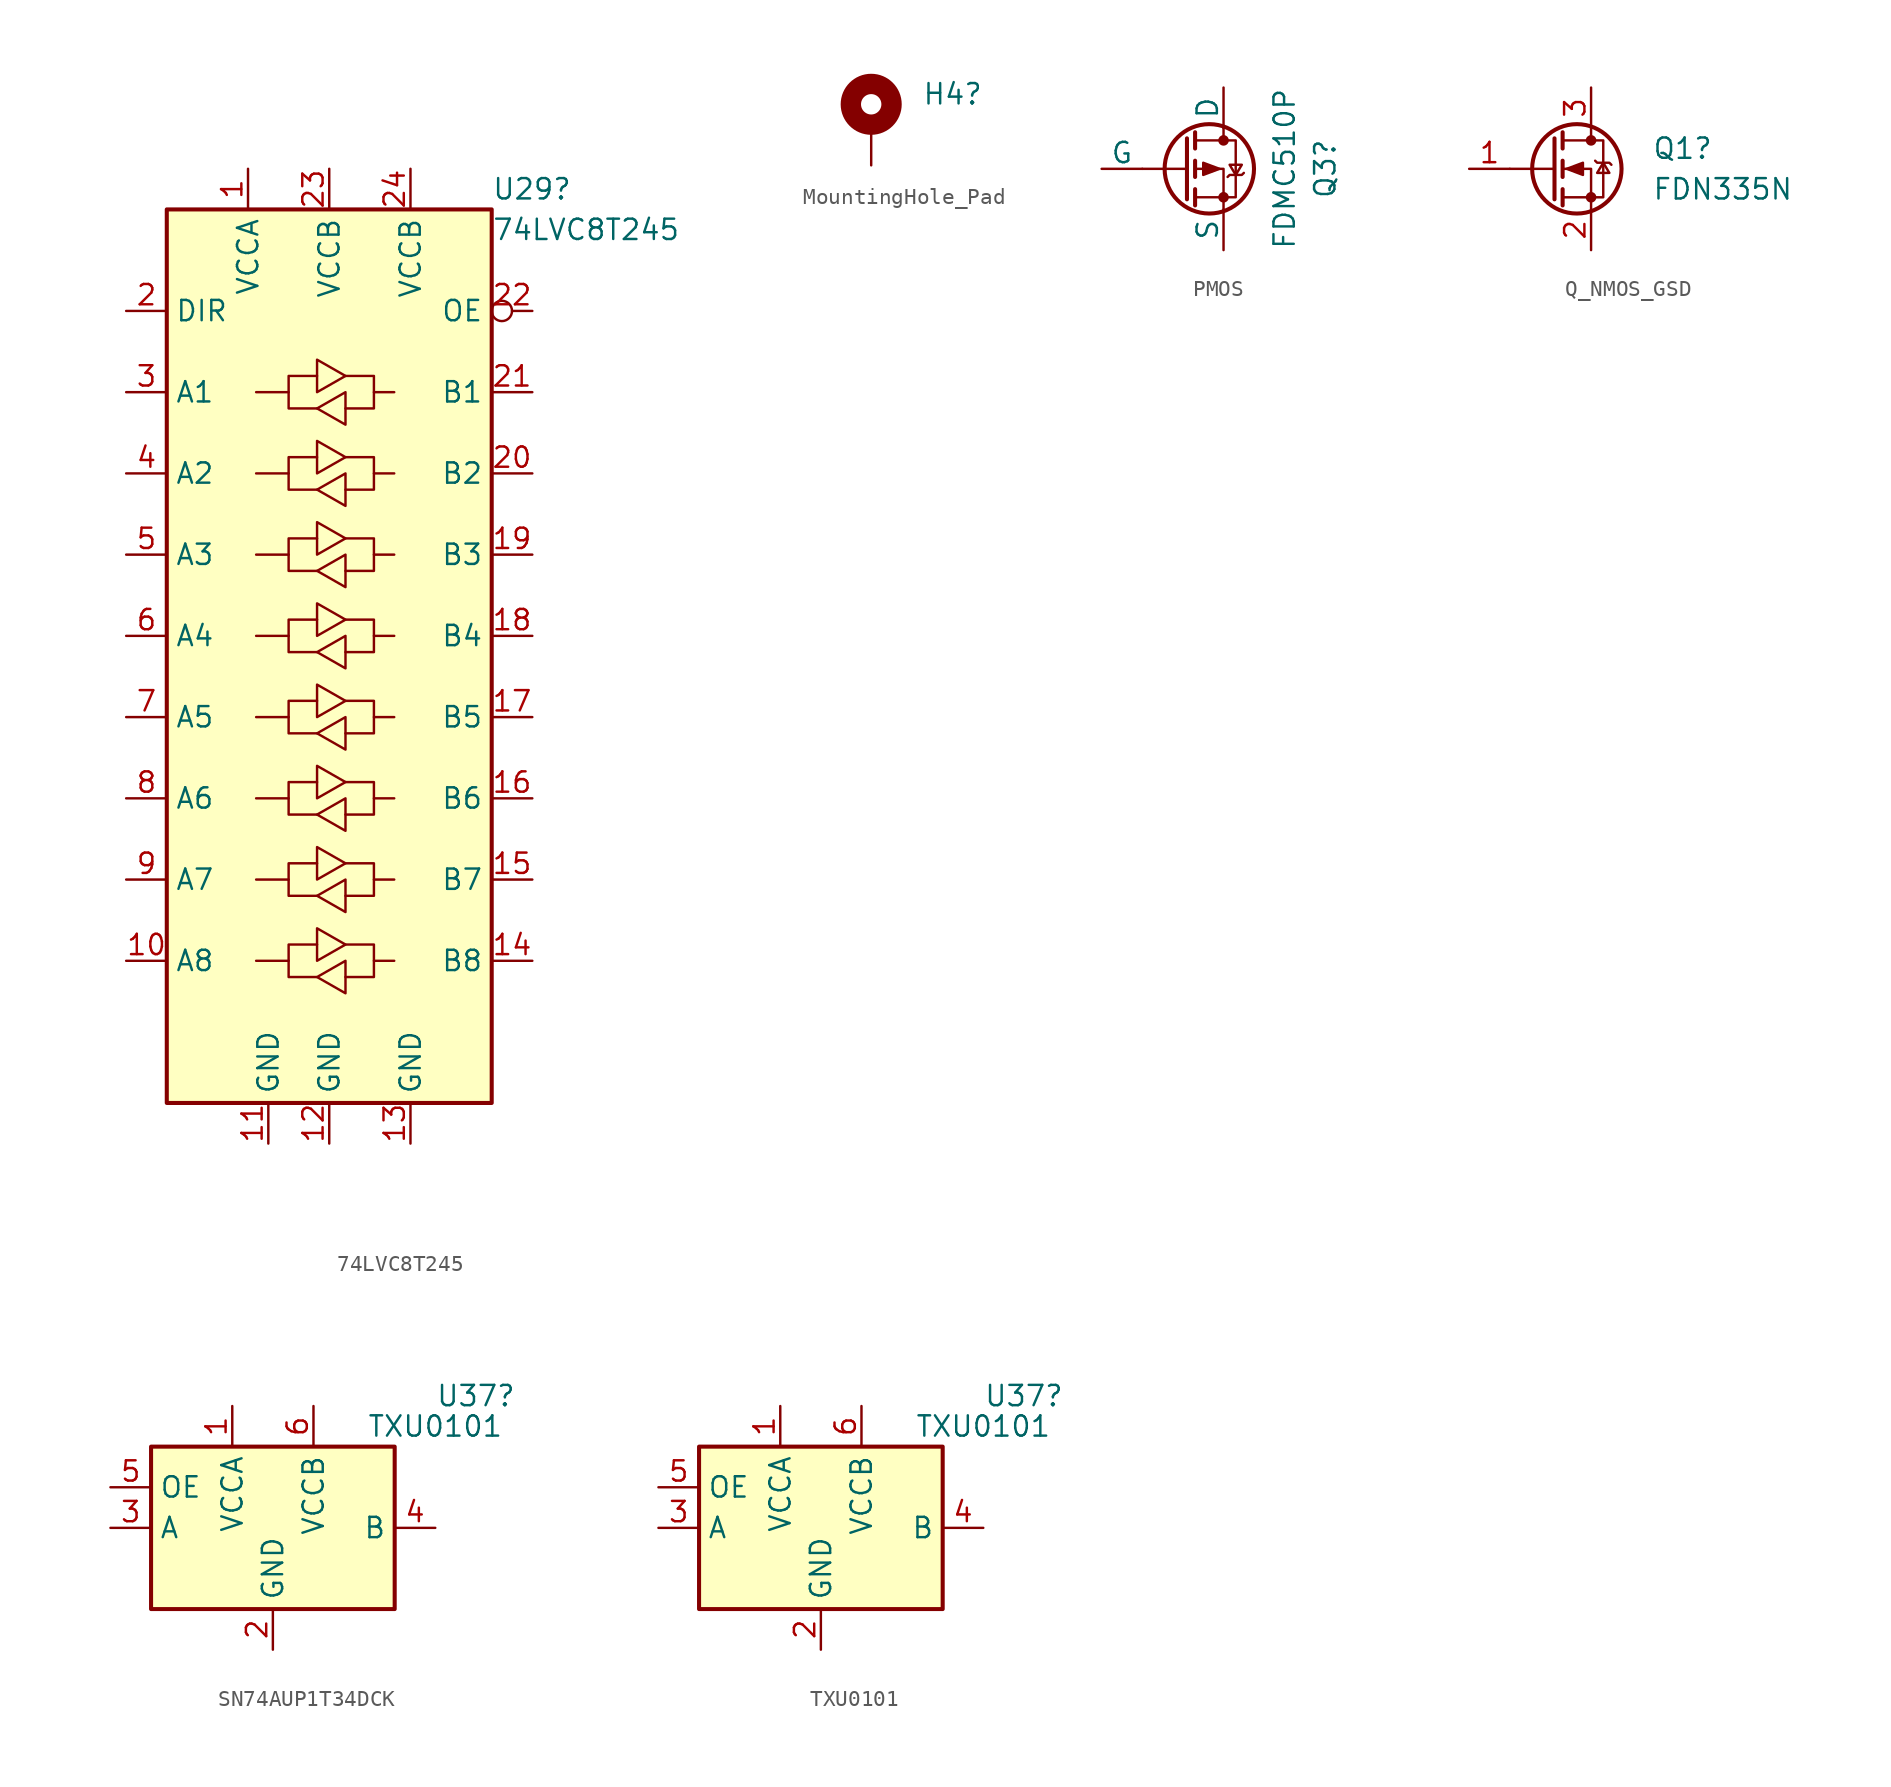
<source format=kicad_sym>
(kicad_symbol_lib
  (version 20241209)
  (generator "kicad_symbol_editor")
  (generator_version "9.0")
  (symbol "74LVC8T245"
    (property "Reference" "U29"
      (at 20.32 -5.08 0)
      (effects (font (size 1.27 1.27)) (justify left)))
    (property "Value" "74LVC8T245"
      (at 20.32 -7.62 0)
      (effects (font (size 1.27 1.27)) (justify left)))
    (symbol "74LVC8T245_0_1"
      (rectangle (start 0 -6.35) (end 20.32 -62.23) (stroke (width 0.254) (type default)) (fill (type background)))
      (polyline (pts (xy 7.62 -17.78) (xy 7.62 -16.764) (xy 9.398 -16.764)) (stroke (width 0) (type default)) (fill (type none)))
      (polyline (pts (xy 7.62 -27.94) (xy 7.62 -26.924) (xy 9.398 -26.924)) (stroke (width 0) (type default)) (fill (type none)))
      (polyline (pts (xy 7.62 -38.1) (xy 7.62 -37.084) (xy 9.398 -37.084)) (stroke (width 0) (type default)) (fill (type none)))
      (polyline (pts (xy 7.62 -48.26) (xy 7.62 -47.244) (xy 9.398 -47.244)) (stroke (width 0) (type default)) (fill (type none)))
      (polyline (pts (xy 9.398 -17.78) (xy 9.398 -15.748) (xy 11.176 -16.764) (xy 9.398 -17.78)) (stroke (width 0) (type default)) (fill (type none)))
      (polyline (pts (xy 9.398 -18.796) (xy 7.62 -18.796) (xy 7.62 -17.78) (xy 5.588 -17.78)) (stroke (width 0) (type default)) (fill (type none)))
      (polyline (pts (xy 9.398 -27.94) (xy 9.398 -25.908) (xy 11.176 -26.924) (xy 9.398 -27.94)) (stroke (width 0) (type default)) (fill (type none)))
      (polyline (pts (xy 9.398 -28.956) (xy 7.62 -28.956) (xy 7.62 -27.94) (xy 5.588 -27.94)) (stroke (width 0) (type default)) (fill (type none)))
      (polyline (pts (xy 9.398 -38.1) (xy 9.398 -36.068) (xy 11.176 -37.084) (xy 9.398 -38.1)) (stroke (width 0) (type default)) (fill (type none)))
      (polyline (pts (xy 9.398 -39.116) (xy 7.62 -39.116) (xy 7.62 -38.1) (xy 5.588 -38.1)) (stroke (width 0) (type default)) (fill (type none)))
      (polyline (pts (xy 9.398 -48.26) (xy 9.398 -46.228) (xy 11.176 -47.244) (xy 9.398 -48.26)) (stroke (width 0) (type default)) (fill (type none)))
      (polyline (pts (xy 9.398 -49.276) (xy 7.62 -49.276) (xy 7.62 -48.26) (xy 5.588 -48.26)) (stroke (width 0) (type default)) (fill (type none)))
      (polyline (pts (xy 11.176 -16.764) (xy 12.954 -16.764) (xy 12.954 -17.78) (xy 14.224 -17.78)) (stroke (width 0) (type default)) (fill (type none)))
      (polyline (pts (xy 11.176 -17.78) (xy 11.176 -19.558) (xy 11.176 -19.812) (xy 9.398 -18.796) (xy 11.176 -17.78)) (stroke (width 0) (type default)) (fill (type none)))
      (polyline (pts (xy 11.176 -26.924) (xy 12.954 -26.924) (xy 12.954 -27.94) (xy 14.224 -27.94)) (stroke (width 0) (type default)) (fill (type none)))
      (polyline (pts (xy 11.176 -27.94) (xy 11.176 -29.718) (xy 11.176 -29.972) (xy 9.398 -28.956) (xy 11.176 -27.94)) (stroke (width 0) (type default)) (fill (type none)))
      (polyline (pts (xy 11.176 -37.084) (xy 12.954 -37.084) (xy 12.954 -38.1) (xy 14.224 -38.1)) (stroke (width 0) (type default)) (fill (type none)))
      (polyline (pts (xy 11.176 -38.1) (xy 11.176 -39.878) (xy 11.176 -40.132) (xy 9.398 -39.116) (xy 11.176 -38.1)) (stroke (width 0) (type default)) (fill (type none)))
      (polyline (pts (xy 11.176 -47.244) (xy 12.954 -47.244) (xy 12.954 -48.26) (xy 14.224 -48.26)) (stroke (width 0) (type default)) (fill (type none)))
      (polyline (pts (xy 11.176 -48.26) (xy 11.176 -50.038) (xy 11.176 -50.292) (xy 9.398 -49.276) (xy 11.176 -48.26)) (stroke (width 0) (type default)) (fill (type none)))
      (polyline (pts (xy 12.954 -17.78) (xy 12.954 -18.796) (xy 11.176 -18.796)) (stroke (width 0) (type default)) (fill (type none)))
      (polyline (pts (xy 12.954 -27.94) (xy 12.954 -28.956) (xy 11.176 -28.956)) (stroke (width 0) (type default)) (fill (type none)))
      (polyline (pts (xy 12.954 -38.1) (xy 12.954 -39.116) (xy 11.176 -39.116)) (stroke (width 0) (type default)) (fill (type none)))
      (polyline (pts (xy 12.954 -48.26) (xy 12.954 -49.276) (xy 11.176 -49.276)) (stroke (width 0) (type default)) (fill (type none))))
    (symbol "74LVC8T245_1_1"
      (polyline (pts (xy 7.62 -22.86) (xy 7.62 -21.844) (xy 9.398 -21.844)) (stroke (width 0) (type default)) (fill (type none)))
      (polyline (pts (xy 7.62 -33.02) (xy 7.62 -32.004) (xy 9.398 -32.004)) (stroke (width 0) (type default)) (fill (type none)))
      (polyline (pts (xy 7.62 -43.18) (xy 7.62 -42.164) (xy 9.398 -42.164)) (stroke (width 0) (type default)) (fill (type none)))
      (polyline (pts (xy 7.62 -53.34) (xy 7.62 -52.324) (xy 9.398 -52.324)) (stroke (width 0) (type default)) (fill (type none)))
      (polyline (pts (xy 9.398 -22.86) (xy 9.398 -20.828) (xy 11.176 -21.844) (xy 9.398 -22.86)) (stroke (width 0) (type default)) (fill (type none)))
      (polyline (pts (xy 9.398 -23.876) (xy 7.62 -23.876) (xy 7.62 -22.86) (xy 5.588 -22.86)) (stroke (width 0) (type default)) (fill (type none)))
      (polyline (pts (xy 9.398 -33.02) (xy 9.398 -30.988) (xy 11.176 -32.004) (xy 9.398 -33.02)) (stroke (width 0) (type default)) (fill (type none)))
      (polyline (pts (xy 9.398 -34.036) (xy 7.62 -34.036) (xy 7.62 -33.02) (xy 5.588 -33.02)) (stroke (width 0) (type default)) (fill (type none)))
      (polyline (pts (xy 9.398 -43.18) (xy 9.398 -41.148) (xy 11.176 -42.164) (xy 9.398 -43.18)) (stroke (width 0) (type default)) (fill (type none)))
      (polyline (pts (xy 9.398 -44.196) (xy 7.62 -44.196) (xy 7.62 -43.18) (xy 5.588 -43.18)) (stroke (width 0) (type default)) (fill (type none)))
      (polyline (pts (xy 9.398 -53.34) (xy 9.398 -51.308) (xy 11.176 -52.324) (xy 9.398 -53.34)) (stroke (width 0) (type default)) (fill (type none)))
      (polyline (pts (xy 9.398 -54.356) (xy 7.62 -54.356) (xy 7.62 -53.34) (xy 5.588 -53.34)) (stroke (width 0) (type default)) (fill (type none)))
      (polyline (pts (xy 11.176 -21.844) (xy 12.954 -21.844) (xy 12.954 -22.86) (xy 14.224 -22.86)) (stroke (width 0) (type default)) (fill (type none)))
      (polyline (pts (xy 11.176 -22.86) (xy 11.176 -24.638) (xy 11.176 -24.892) (xy 9.398 -23.876) (xy 11.176 -22.86)) (stroke (width 0) (type default)) (fill (type none)))
      (polyline (pts (xy 11.176 -32.004) (xy 12.954 -32.004) (xy 12.954 -33.02) (xy 14.224 -33.02)) (stroke (width 0) (type default)) (fill (type none)))
      (polyline (pts (xy 11.176 -33.02) (xy 11.176 -34.798) (xy 11.176 -35.052) (xy 9.398 -34.036) (xy 11.176 -33.02)) (stroke (width 0) (type default)) (fill (type none)))
      (polyline (pts (xy 11.176 -42.164) (xy 12.954 -42.164) (xy 12.954 -43.18) (xy 14.224 -43.18)) (stroke (width 0) (type default)) (fill (type none)))
      (polyline (pts (xy 11.176 -43.18) (xy 11.176 -44.958) (xy 11.176 -45.212) (xy 9.398 -44.196) (xy 11.176 -43.18)) (stroke (width 0) (type default)) (fill (type none)))
      (polyline (pts (xy 11.176 -52.324) (xy 12.954 -52.324) (xy 12.954 -53.34) (xy 14.224 -53.34)) (stroke (width 0) (type default)) (fill (type none)))
      (polyline (pts (xy 11.176 -53.34) (xy 11.176 -55.118) (xy 11.176 -55.372) (xy 9.398 -54.356) (xy 11.176 -53.34)) (stroke (width 0) (type default)) (fill (type none)))
      (polyline (pts (xy 12.954 -22.86) (xy 12.954 -23.876) (xy 11.176 -23.876)) (stroke (width 0) (type default)) (fill (type none)))
      (polyline (pts (xy 12.954 -33.02) (xy 12.954 -34.036) (xy 11.176 -34.036)) (stroke (width 0) (type default)) (fill (type none)))
      (polyline (pts (xy 12.954 -43.18) (xy 12.954 -44.196) (xy 11.176 -44.196)) (stroke (width 0) (type default)) (fill (type none)))
      (polyline (pts (xy 12.954 -53.34) (xy 12.954 -54.356) (xy 11.176 -54.356)) (stroke (width 0) (type default)) (fill (type none)))
      (pin passive line (at -2.54 -12.7 0) (length 2.54) (name "DIR" (effects (font (size 1.27 1.27)))) (number "2" (effects (font (size 1.27 1.27)))))
      (pin bidirectional line (at -2.54 -17.78 0) (length 2.54) (name "A1" (effects (font (size 1.27 1.27)))) (number "3" (effects (font (size 1.27 1.27)))))
      (pin bidirectional line (at -2.54 -22.86 0) (length 2.54) (name "A2" (effects (font (size 1.27 1.27)))) (number "4" (effects (font (size 1.27 1.27)))))
      (pin bidirectional line (at -2.54 -27.94 0) (length 2.54) (name "A3" (effects (font (size 1.27 1.27)))) (number "5" (effects (font (size 1.27 1.27)))))
      (pin bidirectional line (at -2.54 -33.02 0) (length 2.54) (name "A4" (effects (font (size 1.27 1.27)))) (number "6" (effects (font (size 1.27 1.27)))))
      (pin bidirectional line (at -2.54 -38.1 0) (length 2.54) (name "A5" (effects (font (size 1.27 1.27)))) (number "7" (effects (font (size 1.27 1.27)))))
      (pin bidirectional line (at -2.54 -43.18 0) (length 2.54) (name "A6" (effects (font (size 1.27 1.27)))) (number "8" (effects (font (size 1.27 1.27)))))
      (pin bidirectional line (at -2.54 -48.26 0) (length 2.54) (name "A7" (effects (font (size 1.27 1.27)))) (number "9" (effects (font (size 1.27 1.27)))))
      (pin bidirectional line (at -2.54 -53.34 0) (length 2.54) (name "A8" (effects (font (size 1.27 1.27)))) (number "10" (effects (font (size 1.27 1.27)))))
      (pin power_in line (at 5.08 -3.81 270) (length 2.54) (name "VCCA" (effects (font (size 1.27 1.27)))) (number "1" (effects (font (size 1.27 1.27)))))
      (pin power_in line (at 6.35 -64.77 90) (length 2.54) (name "GND" (effects (font (size 1.27 1.27)))) (number "11" (effects (font (size 1.27 1.27)))))
      (pin power_in line (at 10.16 -3.81 270) (length 2.54) (name "VCCB" (effects (font (size 1.27 1.27)))) (number "23" (effects (font (size 1.27 1.27)))))
      (pin power_in line (at 10.16 -64.77 90) (length 2.54) (name "GND" (effects (font (size 1.27 1.27)))) (number "12" (effects (font (size 1.27 1.27)))))
      (pin power_in line (at 15.24 -3.81 270) (length 2.54) (name "VCCB" (effects (font (size 1.27 1.27)))) (number "24" (effects (font (size 1.27 1.27)))))
      (pin power_in line (at 15.24 -64.77 90) (length 2.54) (name "GND" (effects (font (size 1.27 1.27)))) (number "13" (effects (font (size 1.27 1.27)))))
      (pin passive inverted (at 22.86 -12.7 180) (length 2.54) (name "OE" (effects (font (size 1.27 1.27)))) (number "22" (effects (font (size 1.27 1.27)))))
      (pin bidirectional line (at 22.86 -17.78 180) (length 2.54) (name "B1" (effects (font (size 1.27 1.27)))) (number "21" (effects (font (size 1.27 1.27)))))
      (pin bidirectional line (at 22.86 -22.86 180) (length 2.54) (name "B2" (effects (font (size 1.27 1.27)))) (number "20" (effects (font (size 1.27 1.27)))))
      (pin bidirectional line (at 22.86 -27.94 180) (length 2.54) (name "B3" (effects (font (size 1.27 1.27)))) (number "19" (effects (font (size 1.27 1.27)))))
      (pin bidirectional line (at 22.86 -33.02 180) (length 2.54) (name "B4" (effects (font (size 1.27 1.27)))) (number "18" (effects (font (size 1.27 1.27)))))
      (pin bidirectional line (at 22.86 -38.1 180) (length 2.54) (name "B5" (effects (font (size 1.27 1.27)))) (number "17" (effects (font (size 1.27 1.27)))))
      (pin bidirectional line (at 22.86 -43.18 180) (length 2.54) (name "B6" (effects (font (size 1.27 1.27)))) (number "16" (effects (font (size 1.27 1.27)))))
      (pin bidirectional line (at 22.86 -48.26 180) (length 2.54) (name "B7" (effects (font (size 1.27 1.27)))) (number "15" (effects (font (size 1.27 1.27)))))
      (pin bidirectional line (at 22.86 -53.34 180) (length 2.54) (name "B8" (effects (font (size 1.27 1.27)))) (number "14" (effects (font (size 1.27 1.27)))))))
  (symbol "MountingHole_Pad"
    (pin_numbers
      (hide yes))
    (pin_names
      (offset 1.016)
      (hide yes))
    (property "Reference" "H4"
      (at 3.175 1.905 0)
      (effects (font (size 1.27 1.27)) (justify left)))
    (symbol "MountingHole_Pad_0_1"
      (circle (center 0 1.27) (radius 1.27) (stroke (width 1.27) (type default)) (fill (type none))))
    (symbol "MountingHole_Pad_1_1"
      (pin input line (at 0 -2.54 90) (length 2.54) (name "1" (effects (font (size 1.27 1.27)))) (number "1" (effects (font (size 1.27 1.27)))))))
  (symbol "PMOS"
    (pin_numbers
      (hide yes))
    (pin_names
      (offset 0))
    (property "Reference" "Q3"
      (at 8.89 0 90)
      (effects (font (size 1.27 1.27))))
    (property "Value" "FDMC510P"
      (at 6.35 0 90)
      (effects (font (size 1.27 1.27))))
    (symbol "PMOS_0_1"
      (polyline (pts (xy 0.254 1.905) (xy 0.254 -1.905)) (stroke (width 0.254) (type default)) (fill (type none)))
      (polyline (pts (xy 0.254 0) (xy -2.54 0)) (stroke (width 0) (type default)) (fill (type none)))
      (polyline (pts (xy 0.762 2.286) (xy 0.762 1.27)) (stroke (width 0.254) (type default)) (fill (type none)))
      (polyline (pts (xy 0.762 1.778) (xy 3.302 1.778) (xy 3.302 -1.778) (xy 0.762 -1.778)) (stroke (width 0) (type default)) (fill (type none)))
      (polyline (pts (xy 0.762 0.508) (xy 0.762 -0.508)) (stroke (width 0.254) (type default)) (fill (type none)))
      (polyline (pts (xy 0.762 -1.27) (xy 0.762 -2.286)) (stroke (width 0.254) (type default)) (fill (type none)))
      (circle (center 1.651 0) (radius 2.794) (stroke (width 0.254) (type default)) (fill (type none)))
      (polyline (pts (xy 2.286 0) (xy 1.27 0.381) (xy 1.27 -0.381) (xy 2.286 0)) (stroke (width 0) (type default)) (fill (type outline)))
      (polyline (pts (xy 2.54 2.54) (xy 2.54 1.778)) (stroke (width 0) (type default)) (fill (type none)))
      (circle (center 2.54 1.778) (radius 0.254) (stroke (width 0) (type default)) (fill (type outline)))
      (circle (center 2.54 -1.778) (radius 0.254) (stroke (width 0) (type default)) (fill (type outline)))
      (polyline (pts (xy 2.54 -2.54) (xy 2.54 0) (xy 0.762 0)) (stroke (width 0) (type default)) (fill (type none)))
      (polyline (pts (xy 2.794 -0.508) (xy 2.921 -0.381) (xy 3.683 -0.381) (xy 3.81 -0.254)) (stroke (width 0) (type default)) (fill (type none)))
      (polyline (pts (xy 3.302 -0.381) (xy 2.921 0.254) (xy 3.683 0.254) (xy 3.302 -0.381)) (stroke (width 0) (type default)) (fill (type none))))
    (symbol "PMOS_1_1"
      (pin input line (at -5.08 0 0) (length 2.54) (name "G" (effects (font (size 1.27 1.27)))) (number "2" (effects (font (size 1.27 1.27)))))
      (pin passive line (at 2.54 5.08 270) (length 2.54) (name "D" (effects (font (size 1.27 1.27)))) (number "1" (effects (font (size 1.27 1.27)))))
      (pin passive line (at 2.54 -5.08 90) (length 2.54) (name "S" (effects (font (size 1.27 1.27)))) (number "3" (effects (font (size 1.27 1.27)))))))
  (symbol "Q_NMOS_GSD"
    (pin_names
      (offset 0)
      (hide yes))
    (property "Reference" "Q1"
      (at 6.35 1.27 0)
      (effects (font (size 1.27 1.27)) (justify left)))
    (property "Value" "FDN335N"
      (at 6.35 -1.27 0)
      (effects (font (size 1.27 1.27)) (justify left)))
    (symbol "Q_NMOS_GSD_0_1"
      (polyline (pts (xy 0.254 1.905) (xy 0.254 -1.905)) (stroke (width 0.254) (type default)) (fill (type none)))
      (polyline (pts (xy 0.254 0) (xy -2.54 0)) (stroke (width 0) (type default)) (fill (type none)))
      (polyline (pts (xy 0.762 2.286) (xy 0.762 1.27)) (stroke (width 0.254) (type default)) (fill (type none)))
      (polyline (pts (xy 0.762 0.508) (xy 0.762 -0.508)) (stroke (width 0.254) (type default)) (fill (type none)))
      (polyline (pts (xy 0.762 -1.27) (xy 0.762 -2.286)) (stroke (width 0.254) (type default)) (fill (type none)))
      (polyline (pts (xy 0.762 -1.778) (xy 3.302 -1.778) (xy 3.302 1.778) (xy 0.762 1.778)) (stroke (width 0) (type default)) (fill (type none)))
      (polyline (pts (xy 1.016 0) (xy 2.032 0.381) (xy 2.032 -0.381) (xy 1.016 0)) (stroke (width 0) (type default)) (fill (type outline)))
      (circle (center 1.651 0) (radius 2.794) (stroke (width 0.254) (type default)) (fill (type none)))
      (polyline (pts (xy 2.54 2.54) (xy 2.54 1.778)) (stroke (width 0) (type default)) (fill (type none)))
      (circle (center 2.54 1.778) (radius 0.254) (stroke (width 0) (type default)) (fill (type outline)))
      (circle (center 2.54 -1.778) (radius 0.254) (stroke (width 0) (type default)) (fill (type outline)))
      (polyline (pts (xy 2.54 -2.54) (xy 2.54 0) (xy 0.762 0)) (stroke (width 0) (type default)) (fill (type none)))
      (polyline (pts (xy 2.794 0.508) (xy 2.921 0.381) (xy 3.683 0.381) (xy 3.81 0.254)) (stroke (width 0) (type default)) (fill (type none)))
      (polyline (pts (xy 3.302 0.381) (xy 2.921 -0.254) (xy 3.683 -0.254) (xy 3.302 0.381)) (stroke (width 0) (type default)) (fill (type none))))
    (symbol "Q_NMOS_GSD_1_1"
      (pin input line (at -5.08 0 0) (length 2.54) (name "G" (effects (font (size 1.27 1.27)))) (number "1" (effects (font (size 1.27 1.27)))))
      (pin passive line (at 2.54 5.08 270) (length 2.54) (name "D" (effects (font (size 1.27 1.27)))) (number "3" (effects (font (size 1.27 1.27)))))
      (pin passive line (at 2.54 -5.08 90) (length 2.54) (name "S" (effects (font (size 1.27 1.27)))) (number "2" (effects (font (size 1.27 1.27)))))))
  (symbol "SN74AUP1T34DCK"
    (property "Reference" "U37"
      (at 12.7 8.255 0)
      (effects (font (size 1.27 1.27))))
    (property "Value" "TXU0101"
      (at 10.16 6.35 0)
      (effects (font (size 1.27 1.27))))
    (symbol "SN74AUP1T34DCK_0_1"
      (rectangle (start -7.62 5.08) (end 7.62 -5.08) (stroke (width 0.254) (type default)) (fill (type background)))
      (pin input line (at -10.16 2.54 0) (length 2.54) (name "OE" (effects (font (size 1.27 1.27)))) (number "5" (effects (font (size 1.27 1.27)))))
      (pin input line (at -10.16 0 0) (length 2.54) (name "A" (effects (font (size 1.27 1.27)))) (number "3" (effects (font (size 1.27 1.27)))))
      (pin power_in line (at -2.54 7.62 270) (length 2.54) (name "VCCA" (effects (font (size 1.27 1.27)))) (number "1" (effects (font (size 1.27 1.27)))))
      (pin power_in line (at 0 -7.62 90) (length 2.54) (name "GND" (effects (font (size 1.27 1.27)))) (number "2" (effects (font (size 1.27 1.27)))))
      (pin power_in line (at 2.54 7.62 270) (length 2.54) (name "VCCB" (effects (font (size 1.27 1.27)))) (number "6" (effects (font (size 1.27 1.27)))))
      (pin output line (at 10.16 0 180) (length 2.54) (name "B" (effects (font (size 1.27 1.27)))) (number "4" (effects (font (size 1.27 1.27)))))))
  (symbol "TXU0101"
    (property "Reference" "U37"
      (at 12.7 8.255 0)
      (effects (font (size 1.27 1.27))))
    (property "Value" "TXU0101"
      (at 10.16 6.35 0)
      (effects (font (size 1.27 1.27))))
    (symbol "TXU0101_0_1"
      (rectangle (start -7.62 5.08) (end 7.62 -5.08) (stroke (width 0.254) (type default)) (fill (type background)))
      (pin input line (at -10.16 2.54 0) (length 2.54) (name "OE" (effects (font (size 1.27 1.27)))) (number "5" (effects (font (size 1.27 1.27)))))
      (pin input line (at -10.16 0 0) (length 2.54) (name "A" (effects (font (size 1.27 1.27)))) (number "3" (effects (font (size 1.27 1.27)))))
      (pin power_in line (at -2.54 7.62 270) (length 2.54) (name "VCCA" (effects (font (size 1.27 1.27)))) (number "1" (effects (font (size 1.27 1.27)))))
      (pin power_in line (at 0 -7.62 90) (length 2.54) (name "GND" (effects (font (size 1.27 1.27)))) (number "2" (effects (font (size 1.27 1.27)))))
      (pin power_in line (at 2.54 7.62 270) (length 2.54) (name "VCCB" (effects (font (size 1.27 1.27)))) (number "6" (effects (font (size 1.27 1.27)))))
      (pin output line (at 10.16 0 180) (length 2.54) (name "B" (effects (font (size 1.27 1.27)))) (number "4" (effects (font (size 1.27 1.27))))))))
</source>
